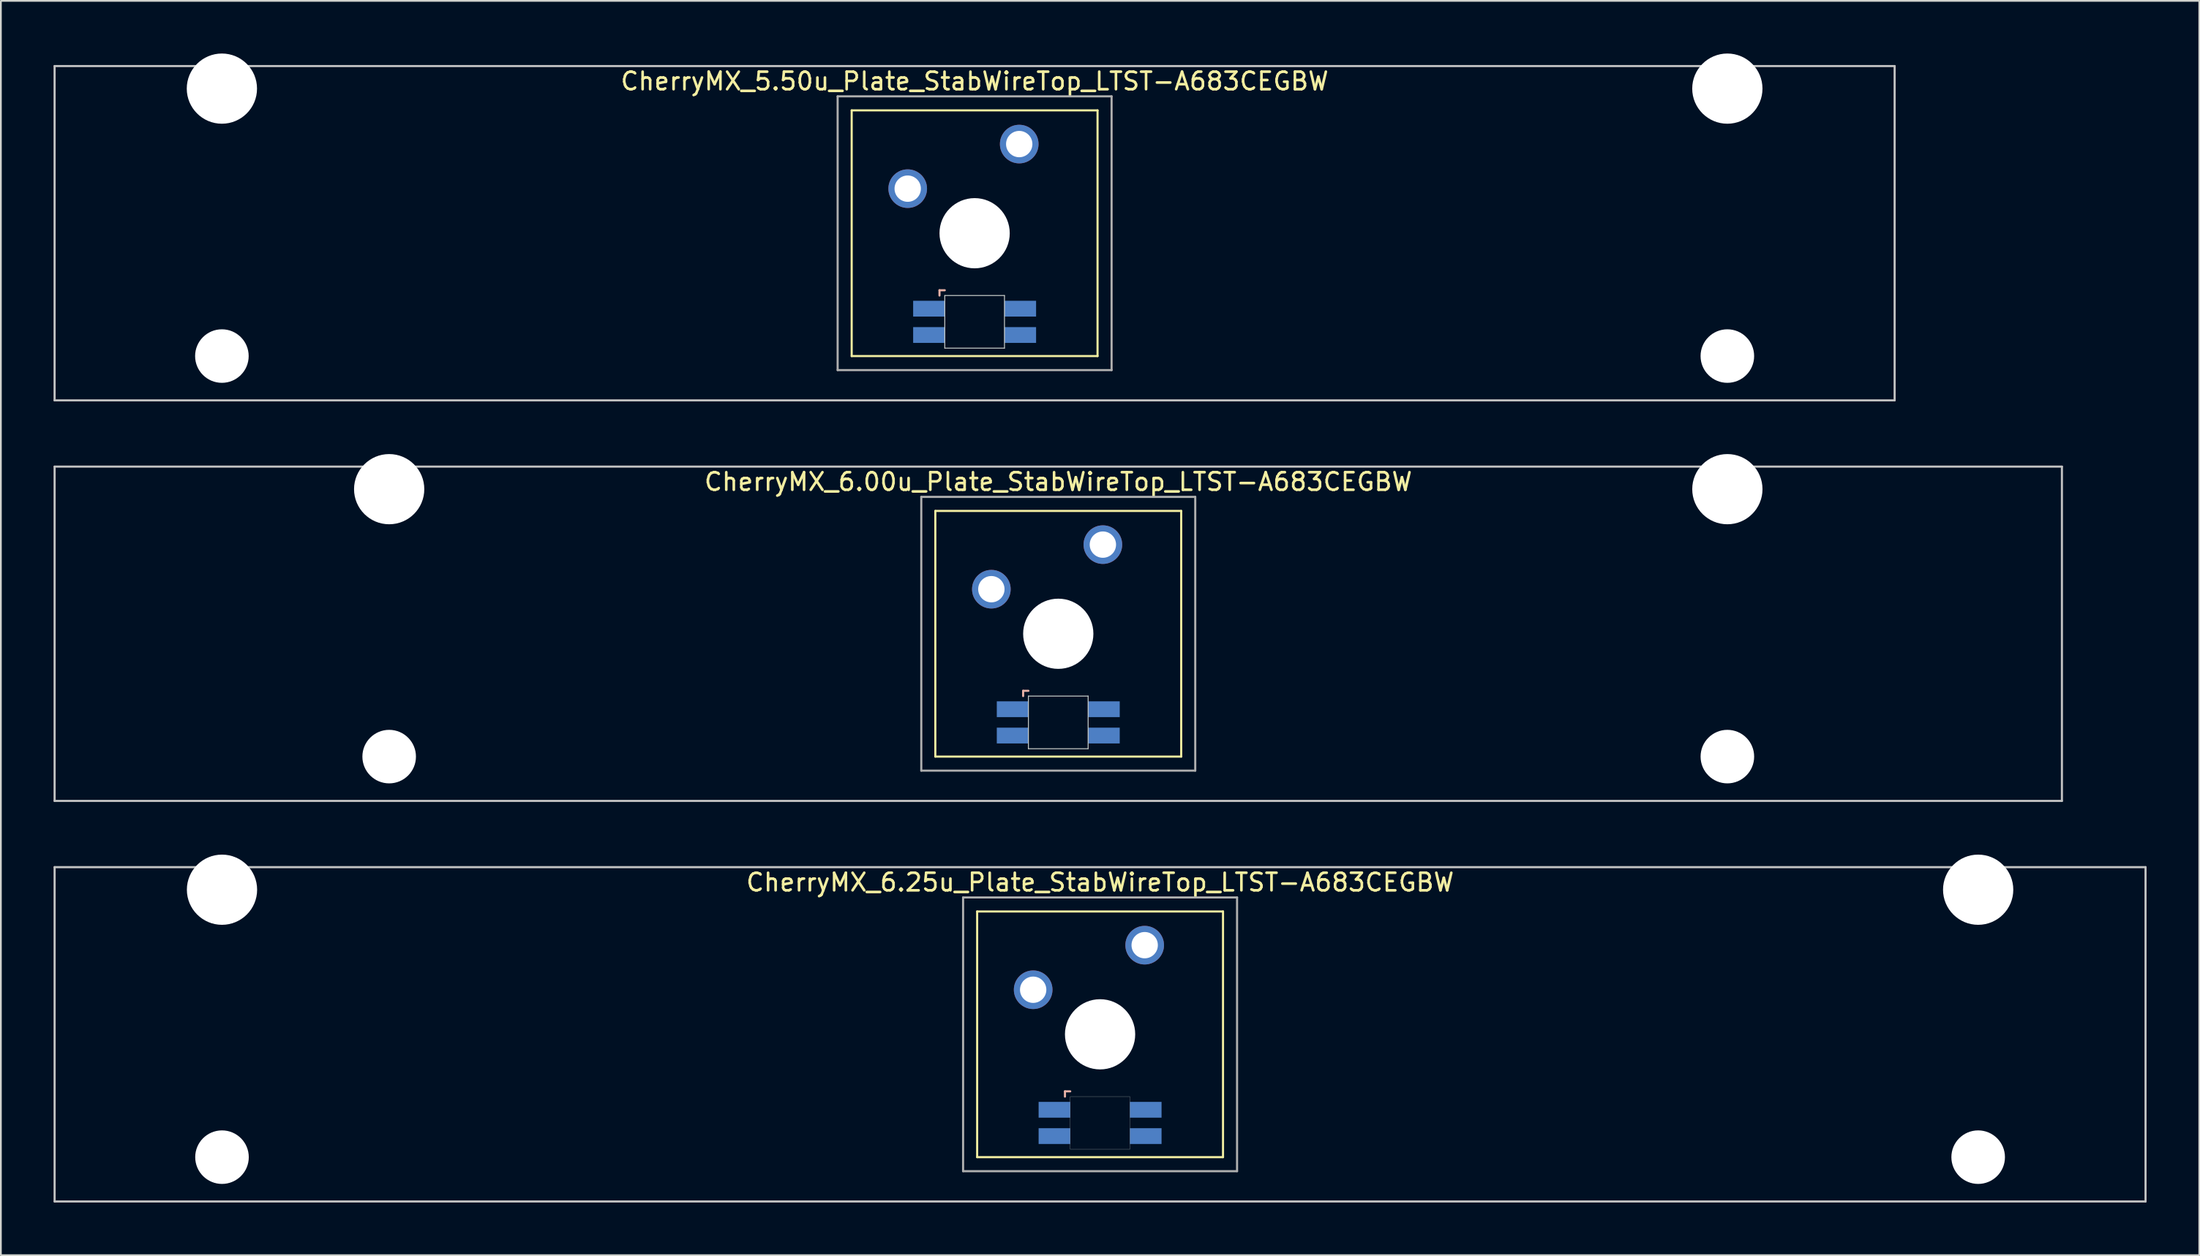
<source format=kicad_pcb>
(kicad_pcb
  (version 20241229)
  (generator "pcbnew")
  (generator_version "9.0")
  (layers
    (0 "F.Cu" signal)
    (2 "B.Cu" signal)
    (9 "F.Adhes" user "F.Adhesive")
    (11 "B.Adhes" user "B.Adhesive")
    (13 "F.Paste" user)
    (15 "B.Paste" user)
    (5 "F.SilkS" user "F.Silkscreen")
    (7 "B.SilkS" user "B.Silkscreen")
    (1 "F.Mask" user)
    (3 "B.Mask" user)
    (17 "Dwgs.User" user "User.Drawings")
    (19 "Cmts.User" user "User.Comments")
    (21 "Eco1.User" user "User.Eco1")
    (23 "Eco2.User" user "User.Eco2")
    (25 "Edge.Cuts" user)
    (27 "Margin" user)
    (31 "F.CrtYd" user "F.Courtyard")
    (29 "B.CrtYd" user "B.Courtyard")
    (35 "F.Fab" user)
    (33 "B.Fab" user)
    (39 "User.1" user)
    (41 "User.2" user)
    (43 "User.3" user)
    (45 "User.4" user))
  (footprint "CherryMX_6.00u_Plate_StabWireTop_LTST-A683CEGBW"
    (layer "F.Cu")
    (at 57.21 33.065)
    (property "Reference" "CherryMX_6.00u_Plate_StabWireTop_LTST-A683CEGBW" (at 0 -8.662 0) (layer "F.SilkS") (effects (font (size 1 1) (thickness 0.15))))
    (attr through_hole)
    (fp_line (start -7 -7) (end -7 7) (stroke (width 0.12) (type solid)) (layer "F.SilkS"))
    (fp_line (start -7 -7) (end 7 -7) (stroke (width 0.12) (type solid)) (layer "F.SilkS"))
    (fp_line (start 7 -7) (end 7 7) (stroke (width 0.12) (type solid)) (layer "F.SilkS"))
    (fp_line (start 7 7) (end -7 7) (stroke (width 0.12) (type solid)) (layer "F.SilkS"))
    (fp_line (start -2 3.25) (end -2 3.55) (stroke (width 0.12) (type solid)) (layer "B.SilkS"))
    (fp_line (start -1.7 3.25) (end -2 3.25) (stroke (width 0.12) (type solid)) (layer "B.SilkS"))
    (fp_line (start -57.15 -9.525) (end 57.15 -9.525) (stroke (width 0.12) (type solid)) (layer "Dwgs.User"))
    (fp_line (start -57.15 9.525) (end -57.15 -9.525) (stroke (width 0.12) (type solid)) (layer "Dwgs.User"))
    (fp_line (start 57.15 -9.525) (end 57.15 9.525) (stroke (width 0.12) (type solid)) (layer "Dwgs.User"))
    (fp_line (start 57.15 9.525) (end -57.15 9.525) (stroke (width 0.12) (type solid)) (layer "Dwgs.User"))
    (fp_line (start -1.7 3.55) (end 1.7 3.55) (stroke (width 0.05) (type solid)) (layer "Edge.Cuts"))
    (fp_line (start -1.7 6.55) (end -1.7 3.55) (stroke (width 0.05) (type solid)) (layer "Edge.Cuts"))
    (fp_line (start 1.7 3.55) (end 1.7 6.55) (stroke (width 0.05) (type solid)) (layer "Edge.Cuts"))
    (fp_line (start 1.7 6.55) (end -1.7 6.55) (stroke (width 0.05) (type solid)) (layer "Edge.Cuts"))
    (fp_line (start -7.8 -7.8) (end -7.8 7.8) (stroke (width 0.12) (type solid)) (layer "F.Fab"))
    (fp_line (start -7.8 -7.8) (end 7.8 -7.8) (stroke (width 0.12) (type solid)) (layer "F.Fab"))
    (fp_line (start -7.8 7.8) (end 7.8 7.8) (stroke (width 0.12) (type solid)) (layer "F.Fab"))
    (fp_line (start 7.8 -7.8) (end 7.8 7.8) (stroke (width 0.12) (type solid)) (layer "F.Fab"))
    (pad "" np_thru_hole circle (at -38.1 -8.24) (size 4 4) (drill 4) (layers "*.Cu" "*.Mask"))
    (pad "" np_thru_hole circle (at -38.1 7) (size 3.05 3.05) (drill 3.05) (layers "*.Cu" "*.Mask"))
    (pad "" np_thru_hole circle (at 0 0) (size 4 4) (drill 4) (layers "*.Cu" "*.Mask"))
    (pad "" np_thru_hole circle (at 38.1 -8.24) (size 4 4) (drill 4) (layers "*.Cu" "*.Mask"))
    (pad "" np_thru_hole circle (at 38.1 7) (size 3.05 3.05) (drill 3.05) (layers "*.Cu" "*.Mask"))
    (pad "1" thru_hole circle (at -3.81 -2.54) (size 2.2 2.2) (drill 1.5) (layers "*.Cu" "*.Mask"))
    (pad "2" thru_hole circle (at 2.54 -5.08) (size 2.2 2.2) (drill 1.5) (layers "*.Cu" "*.Mask"))
    (pad "3" smd rect (at -2.6 4.3) (size 1.8 0.9) (layers "B.Cu" "B.Mask" "B.Paste"))
    (pad "4" smd rect (at -2.6 5.8) (size 1.8 0.9) (layers "B.Cu" "B.Mask" "B.Paste"))
    (pad "5" smd rect (at 2.6 4.3) (size 1.8 0.9) (layers "B.Cu" "B.Mask" "B.Paste"))
    (pad "6" smd rect (at 2.6 5.8) (size 1.8 0.9) (layers "B.Cu" "B.Mask" "B.Paste")))
  (footprint "CherryMX_6.25u_Plate_StabWireTop_LTST-A683CEGBW"
    (layer "F.Cu")
    (at 59.591 55.89)
    (property "Reference" "CherryMX_6.25u_Plate_StabWireTop_LTST-A683CEGBW" (at 0 -8.662 0) (layer "F.SilkS") (effects (font (size 1 1) (thickness 0.15))))
    (attr through_hole)
    (fp_line (start -7 -7) (end -7 7) (stroke (width 0.12) (type solid)) (layer "F.SilkS"))
    (fp_line (start -7 -7) (end 7 -7) (stroke (width 0.12) (type solid)) (layer "F.SilkS"))
    (fp_line (start 7 -7) (end 7 7) (stroke (width 0.12) (type solid)) (layer "F.SilkS"))
    (fp_line (start 7 7) (end -7 7) (stroke (width 0.12) (type solid)) (layer "F.SilkS"))
    (fp_line (start -2 3.25) (end -2 3.55) (stroke (width 0.12) (type solid)) (layer "B.SilkS"))
    (fp_line (start -1.7 3.25) (end -2 3.25) (stroke (width 0.12) (type solid)) (layer "B.SilkS"))
    (fp_line (start -59.531 -9.525) (end 59.531 -9.525) (stroke (width 0.12) (type solid)) (layer "Dwgs.User"))
    (fp_line (start -59.531 9.525) (end -59.531 -9.525) (stroke (width 0.12) (type solid)) (layer "Dwgs.User"))
    (fp_line (start 59.531 -9.525) (end 59.531 9.525) (stroke (width 0.12) (type solid)) (layer "Dwgs.User"))
    (fp_line (start 59.531 9.525) (end -59.531 9.525) (stroke (width 0.12) (type solid)) (layer "Dwgs.User"))
    (fp_poly (pts (xy 1.7 6.55) (xy -1.7 6.55) (xy -1.7 3.55) (xy 1.7 3.55)) (stroke (width 0.01) (type solid)) (fill no) (layer "Edge.Cuts"))
    (fp_line (start -7.8 -7.8) (end -7.8 7.8) (stroke (width 0.12) (type solid)) (layer "F.Fab"))
    (fp_line (start -7.8 -7.8) (end 7.8 -7.8) (stroke (width 0.12) (type solid)) (layer "F.Fab"))
    (fp_line (start -7.8 7.8) (end 7.8 7.8) (stroke (width 0.12) (type solid)) (layer "F.Fab"))
    (fp_line (start 7.8 -7.8) (end 7.8 7.8) (stroke (width 0.12) (type solid)) (layer "F.Fab"))
    (pad "" np_thru_hole circle (at -50 -8.24) (size 4 4) (drill 4) (layers "*.Cu" "*.Mask"))
    (pad "" np_thru_hole circle (at -50 7) (size 3.05 3.05) (drill 3.05) (layers "*.Cu" "*.Mask"))
    (pad "" np_thru_hole circle (at 0 0) (size 4 4) (drill 4) (layers "*.Cu" "*.Mask"))
    (pad "" np_thru_hole circle (at 50 -8.24) (size 4 4) (drill 4) (layers "*.Cu" "*.Mask"))
    (pad "" np_thru_hole circle (at 50 7) (size 3.05 3.05) (drill 3.05) (layers "*.Cu" "*.Mask"))
    (pad "1" thru_hole circle (at -3.81 -2.54) (size 2.2 2.2) (drill 1.5) (layers "*.Cu" "*.Mask"))
    (pad "2" thru_hole circle (at 2.54 -5.08) (size 2.2 2.2) (drill 1.5) (layers "*.Cu" "*.Mask"))
    (pad "3" smd rect (at -2.6 4.3) (size 1.8 0.9) (layers "B.Cu" "B.Mask" "B.Paste"))
    (pad "4" smd rect (at -2.6 5.8) (size 1.8 0.9) (layers "B.Cu" "B.Mask" "B.Paste"))
    (pad "5" smd rect (at 2.6 4.3) (size 1.8 0.9) (layers "B.Cu" "B.Mask" "B.Paste"))
    (pad "6" smd rect (at 2.6 5.8) (size 1.8 0.9) (layers "B.Cu" "B.Mask" "B.Paste")))
  (footprint "CherryMX_5.50u_Plate_StabWireTop_LTST-A683CEGBW"
    (layer "F.Cu")
    (at 52.447 10.24)
    (property "Reference" "CherryMX_5.50u_Plate_StabWireTop_LTST-A683CEGBW" (at 0 -8.662 0) (layer "F.SilkS") (effects (font (size 1 1) (thickness 0.15))))
    (attr through_hole)
    (fp_line (start -7 -7) (end -7 7) (stroke (width 0.12) (type solid)) (layer "F.SilkS"))
    (fp_line (start -7 -7) (end 7 -7) (stroke (width 0.12) (type solid)) (layer "F.SilkS"))
    (fp_line (start 7 -7) (end 7 7) (stroke (width 0.12) (type solid)) (layer "F.SilkS"))
    (fp_line (start 7 7) (end -7 7) (stroke (width 0.12) (type solid)) (layer "F.SilkS"))
    (fp_line (start -2 3.25) (end -2 3.55) (stroke (width 0.12) (type solid)) (layer "B.SilkS"))
    (fp_line (start -1.7 3.25) (end -2 3.25) (stroke (width 0.12) (type solid)) (layer "B.SilkS"))
    (fp_line (start -52.388 -9.525) (end 52.388 -9.525) (stroke (width 0.12) (type solid)) (layer "Dwgs.User"))
    (fp_line (start -52.388 9.525) (end -52.388 -9.525) (stroke (width 0.12) (type solid)) (layer "Dwgs.User"))
    (fp_line (start 52.388 -9.525) (end 52.388 9.525) (stroke (width 0.12) (type solid)) (layer "Dwgs.User"))
    (fp_line (start 52.388 9.525) (end -52.388 9.525) (stroke (width 0.12) (type solid)) (layer "Dwgs.User"))
    (fp_line (start -1.7 3.55) (end 1.7 3.55) (stroke (width 0.05) (type solid)) (layer "Edge.Cuts"))
    (fp_line (start -1.7 6.55) (end -1.7 3.55) (stroke (width 0.05) (type solid)) (layer "Edge.Cuts"))
    (fp_line (start 1.7 3.55) (end 1.7 6.55) (stroke (width 0.05) (type solid)) (layer "Edge.Cuts"))
    (fp_line (start 1.7 6.55) (end -1.7 6.55) (stroke (width 0.05) (type solid)) (layer "Edge.Cuts"))
    (fp_line (start -7.8 -7.8) (end -7.8 7.8) (stroke (width 0.12) (type solid)) (layer "F.Fab"))
    (fp_line (start -7.8 -7.8) (end 7.8 -7.8) (stroke (width 0.12) (type solid)) (layer "F.Fab"))
    (fp_line (start -7.8 7.8) (end 7.8 7.8) (stroke (width 0.12) (type solid)) (layer "F.Fab"))
    (fp_line (start 7.8 -7.8) (end 7.8 7.8) (stroke (width 0.12) (type solid)) (layer "F.Fab"))
    (pad "" np_thru_hole circle (at -42.862 -8.24) (size 4 4) (drill 4) (layers "*.Cu" "*.Mask"))
    (pad "" np_thru_hole circle (at -42.862 7) (size 3.05 3.05) (drill 3.05) (layers "*.Cu" "*.Mask"))
    (pad "" np_thru_hole circle (at 0 0) (size 4 4) (drill 4) (layers "*.Cu" "*.Mask"))
    (pad "" np_thru_hole circle (at 42.862 -8.24) (size 4 4) (drill 4) (layers "*.Cu" "*.Mask"))
    (pad "" np_thru_hole circle (at 42.862 7) (size 3.05 3.05) (drill 3.05) (layers "*.Cu" "*.Mask"))
    (pad "1" thru_hole circle (at -3.81 -2.54) (size 2.2 2.2) (drill 1.5) (layers "*.Cu" "*.Mask"))
    (pad "2" thru_hole circle (at 2.54 -5.08) (size 2.2 2.2) (drill 1.5) (layers "*.Cu" "*.Mask"))
    (pad "3" smd rect (at -2.6 4.3) (size 1.8 0.9) (layers "B.Cu" "B.Mask" "B.Paste"))
    (pad "4" smd rect (at -2.6 5.8) (size 1.8 0.9) (layers "B.Cu" "B.Mask" "B.Paste"))
    (pad "5" smd rect (at 2.6 4.3) (size 1.8 0.9) (layers "B.Cu" "B.Mask" "B.Paste"))
    (pad "6" smd rect (at 2.6 5.8) (size 1.8 0.9) (layers "B.Cu" "B.Mask" "B.Paste")))
  (gr_rect
    (start -3 -3)
    (end 122.183 68.475)
    (stroke (width 0.1) (type default))
    (fill no)
    (layer "Edge.Cuts")))
</source>
